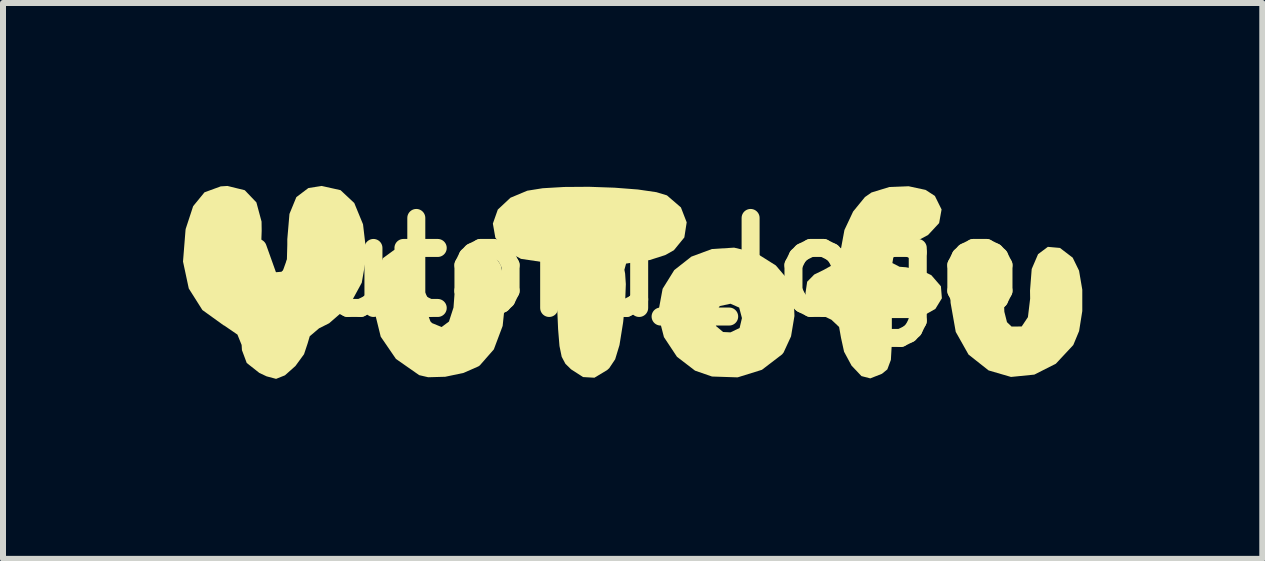
<source format=kicad_pcb>
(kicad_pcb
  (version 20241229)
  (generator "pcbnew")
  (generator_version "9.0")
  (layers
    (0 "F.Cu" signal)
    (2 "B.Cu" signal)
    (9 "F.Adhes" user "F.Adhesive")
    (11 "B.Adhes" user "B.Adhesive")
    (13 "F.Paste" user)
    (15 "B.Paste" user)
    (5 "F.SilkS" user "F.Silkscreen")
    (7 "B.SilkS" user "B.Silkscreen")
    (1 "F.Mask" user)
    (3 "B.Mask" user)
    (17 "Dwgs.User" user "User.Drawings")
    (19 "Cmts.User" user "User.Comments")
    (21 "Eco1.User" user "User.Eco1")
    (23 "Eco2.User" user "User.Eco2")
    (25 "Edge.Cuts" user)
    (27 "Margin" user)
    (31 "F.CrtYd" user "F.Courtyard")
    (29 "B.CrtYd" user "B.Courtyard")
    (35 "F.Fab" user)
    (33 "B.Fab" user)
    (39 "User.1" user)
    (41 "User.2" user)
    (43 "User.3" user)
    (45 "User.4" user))
  (footprint "yutofu_logo"
    (layer "F.Cu")
    (at 7.495 1.404)
    (property "Reference" "yutofu_logo" (at 0 0 0) (layer "F.SilkS") (effects (font (size 1.5 1.5) (thickness 0.3))))
    (attr board_only exclude_from_pos_files exclude_from_bom)
    (fp_poly (pts (xy 2.055 -0.238) (xy 2.385 -0.03) (xy 2.588 0.209) (xy 2.681 0.474) (xy 2.695 0.812) (xy 2.638 1.152) (xy 2.514 1.421) (xy 2.489 1.452) (xy 2.153 1.709) (xy 1.748 1.835) (xy 1.321 1.821) (xy 1.038 1.723) (xy 0.737 1.492) (xy 0.52 1.164) (xy 0.426 0.8) (xy 0.426 0.798) (xy 1.363 0.798) (xy 1.388 0.98) (xy 1.506 1.079) (xy 1.629 1.085) (xy 1.781 1.012) (xy 1.82 0.847) (xy 1.774 0.672) (xy 1.629 0.608) (xy 1.449 0.647) (xy 1.363 0.798) (xy 0.426 0.798) (xy 0.425 0.752) (xy 0.498 0.359) (xy 0.692 0.047) (xy 0.977 -0.177) (xy 1.32 -0.304) (xy 1.69 -0.327)) (stroke (width 0) (type solid)) (fill yes) (layer "F.SilkS"))
    (fp_poly (pts (xy 7.12 -0.322) (xy 7.332 -0.16) (xy 7.438 0.057) (xy 7.492 0.374) (xy 7.492 0.73) (xy 7.439 1.063) (xy 7.342 1.296) (xy 7.051 1.608) (xy 6.693 1.789) (xy 6.304 1.828) (xy 5.93 1.719) (xy 5.596 1.455) (xy 5.383 1.077) (xy 5.297 0.592) (xy 5.294 0.495) (xy 5.338 0.1) (xy 5.462 -0.178) (xy 5.655 -0.322) (xy 5.764 -0.339) (xy 5.979 -0.274) (xy 6.115 -0.076) (xy 6.176 0.266) (xy 6.181 0.432) (xy 6.193 0.741) (xy 6.237 0.915) (xy 6.313 0.988) (xy 6.482 0.987) (xy 6.586 0.831) (xy 6.623 0.523) (xy 6.621 0.387) (xy 6.649 0.029) (xy 6.755 -0.218) (xy 6.918 -0.34)) (stroke (width 0) (type solid)) (fill yes) (layer "F.SilkS"))
    (fp_poly (pts (xy -2.352 -0.262) (xy -2.201 -0.041) (xy -2.124 0.307) (xy -2.117 0.487) (xy -2.168 0.978) (xy -2.315 1.369) (xy -2.549 1.636) (xy -2.572 1.652) (xy -2.82 1.761) (xy -3.125 1.825) (xy -3.409 1.833) (xy -3.559 1.798) (xy -3.946 1.528) (xy -4.2 1.157) (xy -4.313 0.698) (xy -4.318 0.56) (xy -4.28 0.132) (xy -4.164 -0.151) (xy -3.967 -0.295) (xy -3.939 -0.303) (xy -3.711 -0.315) (xy -3.564 -0.204) (xy -3.488 0.044) (xy -3.471 0.339) (xy -3.447 0.697) (xy -3.372 0.902) (xy -3.344 0.931) (xy -3.185 0.996) (xy -3.063 0.905) (xy -2.987 0.671) (xy -2.963 0.345) (xy -2.939 -0.009) (xy -2.857 -0.224) (xy -2.703 -0.324) (xy -2.57 -0.339)) (stroke (width 0) (type solid)) (fill yes) (layer "F.SilkS"))
    (fp_poly (pts (xy -0.303 -1.326) (xy 0.086 -1.296) (xy 0.395 -1.251) (xy 0.57 -1.198) (xy 0.803 -0.997) (xy 0.899 -0.749) (xy 0.86 -0.497) (xy 0.686 -0.284) (xy 0.542 -0.203) (xy 0.285 -0.121) (xy 0.051 -0.085) (xy 0.043 -0.085) (xy -0.111 -0.061) (xy -0.139 0.042) (xy -0.127 0.106) (xy -0.115 0.281) (xy -0.126 0.566) (xy -0.158 0.9) (xy -0.162 0.93) (xy -0.221 1.297) (xy -0.293 1.534) (xy -0.392 1.682) (xy -0.427 1.714) (xy -0.639 1.841) (xy -0.828 1.83) (xy -1.028 1.701) (xy -1.122 1.609) (xy -1.184 1.492) (xy -1.221 1.312) (xy -1.244 1.03) (xy -1.257 0.727) (xy -1.272 0.353) (xy -1.292 0.116) (xy -1.324 -0.015) (xy -1.378 -0.071) (xy -1.464 -0.084) (xy -1.493 -0.085) (xy -1.863 -0.14) (xy -2.132 -0.287) (xy -2.29 -0.493) (xy -2.331 -0.728) (xy -2.249 -0.961) (xy -2.037 -1.159) (xy -1.757 -1.276) (xy -1.5 -1.317) (xy -1.142 -1.338) (xy -0.728 -1.341)) (stroke (width 0) (type solid)) (fill yes) (layer "F.SilkS"))
    (fp_poly (pts (xy 4.881 -1.289) (xy 5.035 -1.189) (xy 5.147 -0.963) (xy 5.106 -0.736) (xy 4.921 -0.537) (xy 4.759 -0.451) (xy 4.492 -0.312) (xy 4.345 -0.178) (xy 4.327 -0.07) (xy 4.447 -0.008) (xy 4.553 0) (xy 4.805 0.049) (xy 4.976 0.132) (xy 5.136 0.317) (xy 5.152 0.517) (xy 5.043 0.695) (xy 4.828 0.815) (xy 4.608 0.847) (xy 4.318 0.847) (xy 4.318 1.267) (xy 4.302 1.544) (xy 4.243 1.702) (xy 4.154 1.775) (xy 3.959 1.852) (xy 3.812 1.814) (xy 3.651 1.644) (xy 3.647 1.64) (xy 3.522 1.408) (xy 3.471 1.175) (xy 3.439 0.995) (xy 3.31 0.874) (xy 3.175 0.81) (xy 2.973 0.7) (xy 2.89 0.564) (xy 2.879 0.429) (xy 2.907 0.241) (xy 3.025 0.121) (xy 3.175 0.048) (xy 3.38 -0.065) (xy 3.462 -0.205) (xy 3.471 -0.313) (xy 3.528 -0.621) (xy 3.673 -0.929) (xy 3.87 -1.17) (xy 3.979 -1.246) (xy 4.276 -1.337) (xy 4.598 -1.35)) (stroke (width 0) (type solid)) (fill yes) (layer "F.SilkS"))
    (fp_poly (pts (xy -4.87 -1.285) (xy -4.641 -1.071) (xy -4.495 -0.716) (xy -4.435 -0.203) (xy -4.516 0.258) (xy -4.727 0.645) (xy -5.059 0.933) (xy -5.228 1.018) (xy -5.383 1.15) (xy -5.419 1.272) (xy -5.478 1.449) (xy -5.621 1.645) (xy -5.796 1.801) (xy -5.944 1.86) (xy -6.102 1.818) (xy -6.223 1.761) (xy -6.433 1.595) (xy -6.513 1.381) (xy -6.518 1.295) (xy -6.588 1.122) (xy -6.809 0.971) (xy -6.819 0.967) (xy -7.172 0.713) (xy -7.399 0.354) (xy -7.495 -0.095) (xy -7.453 -0.622) (xy -7.45 -0.64) (xy -7.326 -1.018) (xy -7.137 -1.249) (xy -6.866 -1.348) (xy -6.754 -1.355) (xy -6.466 -1.284) (xy -6.272 -1.081) (xy -6.186 -0.761) (xy -6.184 -0.607) (xy -6.196 -0.266) (xy -6.184 -0.06) (xy -6.139 0.044) (xy -6.051 0.081) (xy -5.969 0.085) (xy -5.855 0.075) (xy -5.792 0.021) (xy -5.764 -0.117) (xy -5.757 -0.376) (xy -5.757 -0.466) (xy -5.721 -0.889) (xy -5.606 -1.169) (xy -5.406 -1.32) (xy -5.184 -1.355)) (stroke (width 0) (type solid)) (fill yes) (layer "F.SilkS")))
  (gr_rect
    (start -3 -3)
    (end 17.987 6.264)
    (stroke (width 0.1) (type default))
    (fill no)
    (layer "Edge.Cuts")))
</source>
